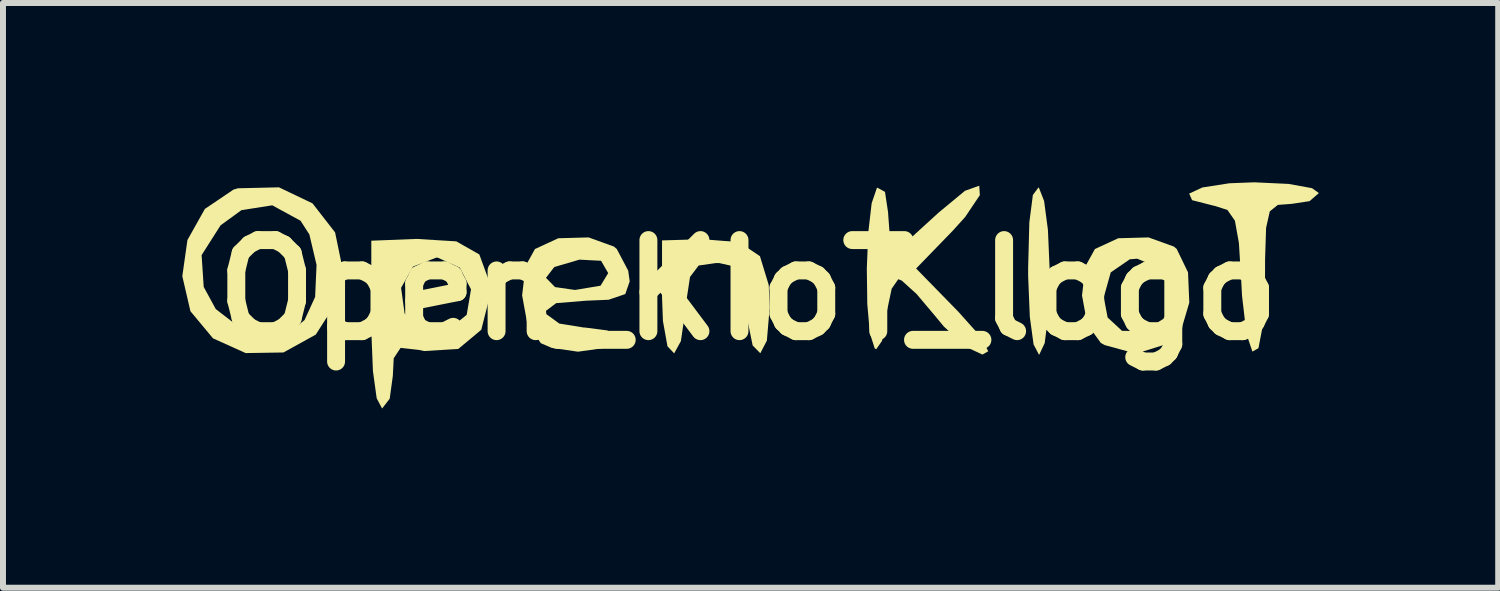
<source format=kicad_pcb>
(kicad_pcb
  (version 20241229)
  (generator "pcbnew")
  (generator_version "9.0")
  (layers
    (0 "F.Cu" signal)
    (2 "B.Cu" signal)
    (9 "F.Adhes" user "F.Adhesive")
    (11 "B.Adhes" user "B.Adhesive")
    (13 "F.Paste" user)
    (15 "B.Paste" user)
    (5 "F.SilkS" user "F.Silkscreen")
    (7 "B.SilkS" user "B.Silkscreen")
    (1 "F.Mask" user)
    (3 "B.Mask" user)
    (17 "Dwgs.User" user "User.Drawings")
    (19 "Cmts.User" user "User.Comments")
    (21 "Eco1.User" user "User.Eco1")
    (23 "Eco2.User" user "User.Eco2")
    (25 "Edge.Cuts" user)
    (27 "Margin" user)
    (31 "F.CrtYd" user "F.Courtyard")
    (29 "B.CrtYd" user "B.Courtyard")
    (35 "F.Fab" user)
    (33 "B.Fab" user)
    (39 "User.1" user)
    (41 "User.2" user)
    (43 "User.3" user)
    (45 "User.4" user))
  (footprint "Open_KIoT_logo"
    (layer "F.Cu")
    (at 9.467 1.801)
    (property "Reference" "Open_KIoT_logo" (at 0 0 0) (layer "F.SilkS") (effects (font (size 1.524 1.524) (thickness 0.3))))
    (attr board_only exclude_from_pos_files exclude_from_bom)
    (fp_poly (pts (xy 4.864 -1.711) (xy 4.951 -1.489) (xy 5.015 -1.005) (xy 5.043 -0.358) (xy 5.044 -0.26) (xy 5.021 0.417) (xy 4.961 0.889) (xy 4.871 1.08) (xy 4.864 1.081) (xy 4.775 0.912) (xy 4.712 0.451) (xy 4.684 -0.234) (xy 4.684 -0.371) (xy 4.704 -1.132) (xy 4.763 -1.589) (xy 4.857 -1.715)) (stroke (width 0) (type solid)) (fill yes) (layer "F.SilkS"))
    (fp_poly (pts (xy -0.152 -0.8) (xy 0.197 -0.565) (xy 0.344 -0.083) (xy 0.36 0.292) (xy 0.313 0.847) (xy 0.203 1.059) (xy 0.075 0.928) (xy -0.023 0.449) (xy -0.035 0.315) (xy -0.094 -0.169) (xy -0.222 -0.391) (xy -0.484 -0.45) (xy -0.54 -0.45) (xy -0.828 -0.409) (xy -0.973 -0.218) (xy -1.039 0.219) (xy -1.046 0.315) (xy -1.126 0.857) (xy -1.238 1.061) (xy -1.35 0.943) (xy -1.426 0.52) (xy -1.441 0.126) (xy -1.441 -0.829) (xy -0.766 -0.849)) (stroke (width 0) (type solid)) (fill yes) (layer "F.SilkS"))
    (fp_poly (pts (xy 9.042 -1.774) (xy 9.433 -1.703) (xy 9.548 -1.621) (xy 9.393 -1.486) (xy 9.097 -1.441) (xy 8.862 -1.423) (xy 8.727 -1.315) (xy 8.665 -1.039) (xy 8.648 -0.516) (xy 8.647 -0.18) (xy 8.615 0.569) (xy 8.537 0.974) (xy 8.436 1.031) (xy 8.337 0.739) (xy 8.262 0.094) (xy 8.25 -0.135) (xy 8.21 -0.786) (xy 8.143 -1.159) (xy 8.018 -1.338) (xy 7.807 -1.406) (xy 7.791 -1.409) (xy 7.427 -1.502) (xy 7.378 -1.612) (xy 7.6 -1.715) (xy 8.051 -1.785) (xy 8.467 -1.801)) (stroke (width 0) (type solid)) (fill yes) (layer "F.SilkS"))
    (fp_poly (pts (xy 7.122 -0.726) (xy 7.17 -0.685) (xy 7.359 -0.294) (xy 7.38 0.212) (xy 7.244 0.672) (xy 7.037 0.894) (xy 6.488 1.066) (xy 5.964 0.922) (xy 5.9 0.886) (xy 5.674 0.576) (xy 5.591 0.123) (xy 5.949 0.123) (xy 6.014 0.461) (xy 6.255 0.684) (xy 6.617 0.688) (xy 6.944 0.485) (xy 7.012 0.385) (xy 7.069 -0.024) (xy 6.871 -0.37) (xy 6.509 -0.523) (xy 6.385 -0.513) (xy 6.066 -0.294) (xy 5.949 0.123) (xy 5.591 0.123) (xy 5.585 0.093) (xy 5.643 -0.398) (xy 5.801 -0.685) (xy 6.191 -0.865) (xy 6.698 -0.879)) (stroke (width 0) (type solid)) (fill yes) (layer "F.SilkS"))
    (fp_poly (pts (xy -7.288 -1.448) (xy -6.911 -0.963) (xy -6.78 -0.33) (xy -6.874 0.184) (xy -7.234 0.747) (xy -7.775 1.046) (xy -8.407 1.056) (xy -8.953 0.81) (xy -9.331 0.356) (xy -9.467 -0.23) (xy -9.417 -0.583) (xy -9.144 -0.583) (xy -9.109 -0.051) (xy -8.907 0.32) (xy -8.511 0.625) (xy -7.997 0.721) (xy -7.527 0.588) (xy -7.422 0.504) (xy -7.245 0.117) (xy -7.221 -0.419) (xy -7.341 -0.928) (xy -7.489 -1.158) (xy -7.962 -1.416) (xy -8.478 -1.335) (xy -8.827 -1.081) (xy -9.144 -0.583) (xy -9.417 -0.583) (xy -9.381 -0.836) (xy -9.089 -1.356) (xy -8.611 -1.679) (xy -8.535 -1.701) (xy -7.85 -1.717)) (stroke (width 0) (type solid)) (fill yes) (layer "F.SilkS"))
    (fp_poly (pts (xy -4.883 -0.813) (xy -4.498 -0.594) (xy -4.337 -0.155) (xy -4.323 0.106) (xy -4.465 0.666) (xy -4.85 0.987) (xy -5.421 1.022) (xy -5.511 1.003) (xy -5.815 0.969) (xy -5.93 1.143) (xy -5.945 1.438) (xy -5.997 1.819) (xy -6.122 1.981) (xy -6.125 1.982) (xy -6.215 1.813) (xy -6.278 1.356) (xy -6.305 0.679) (xy -6.305 0.579) (xy -6.305 -0.035) (xy -5.807 -0.035) (xy -5.748 0.391) (xy -5.743 0.401) (xy -5.431 0.673) (xy -5.034 0.68) (xy -4.713 0.419) (xy -4.708 0.41) (xy -4.637 -0.01) (xy -4.825 -0.373) (xy -5.194 -0.54) (xy -5.221 -0.54) (xy -5.606 -0.391) (xy -5.807 -0.035) (xy -6.305 -0.035) (xy -6.305 -0.824) (xy -5.548 -0.854)) (stroke (width 0) (type solid)) (fill yes) (layer "F.SilkS"))
    (fp_poly (pts (xy 3.876 -1.586) (xy 3.63 -1.22) (xy 3.419 -0.987) (xy 2.81 -0.359) (xy 3.513 0.361) (xy 3.901 0.794) (xy 4.016 1.026) (xy 3.919 1.081) (xy 3.634 0.947) (xy 3.272 0.61) (xy 3.14 0.45) (xy 2.817 0.067) (xy 2.569 -0.157) (xy 2.511 -0.18) (xy 2.401 -0.021) (xy 2.318 0.371) (xy 2.308 0.467) (xy 2.24 0.851) (xy 2.142 0.992) (xy 2.117 0.978) (xy 2.036 0.723) (xy 1.993 0.236) (xy 1.985 -0.365) (xy 2.01 -0.966) (xy 2.066 -1.451) (xy 2.152 -1.703) (xy 2.162 -1.711) (xy 2.289 -1.641) (xy 2.342 -1.29) (xy 2.342 -1.272) (xy 2.371 -0.881) (xy 2.492 -0.756) (xy 2.754 -0.9) (xy 3.186 -1.294) (xy 3.627 -1.659) (xy 3.866 -1.744)) (stroke (width 0) (type solid)) (fill yes) (layer "F.SilkS"))
    (fp_poly (pts (xy -2.246 -0.726) (xy -2.198 -0.685) (xy -2.007 -0.323) (xy -1.982 -0.144) (xy -2.056 0.069) (xy -2.336 0.164) (xy -2.717 0.18) (xy -3.213 0.221) (xy -3.383 0.35) (xy -3.376 0.405) (xy -3.16 0.562) (xy -2.747 0.629) (xy -2.729 0.629) (xy -2.357 0.677) (xy -2.217 0.796) (xy -2.22 0.809) (xy -2.439 0.976) (xy -2.847 1.033) (xy -3.287 0.969) (xy -3.468 0.891) (xy -3.693 0.576) (xy -3.782 0.09) (xy -3.747 -0.203) (xy -3.383 -0.203) (xy -3.231 -0.048) (xy -2.897 0) (xy -2.47 -0.071) (xy -2.342 -0.282) (xy -2.461 -0.488) (xy -2.823 -0.507) (xy -3.243 -0.384) (xy -3.383 -0.203) (xy -3.747 -0.203) (xy -3.723 -0.402) (xy -3.567 -0.685) (xy -3.177 -0.865) (xy -2.669 -0.879)) (stroke (width 0) (type solid)) (fill yes) (layer "F.SilkS")))
  (gr_rect
    (start -3 -3)
    (end 22.015 6.783)
    (stroke (width 0.1) (type default))
    (fill no)
    (layer "Edge.Cuts")))
</source>
